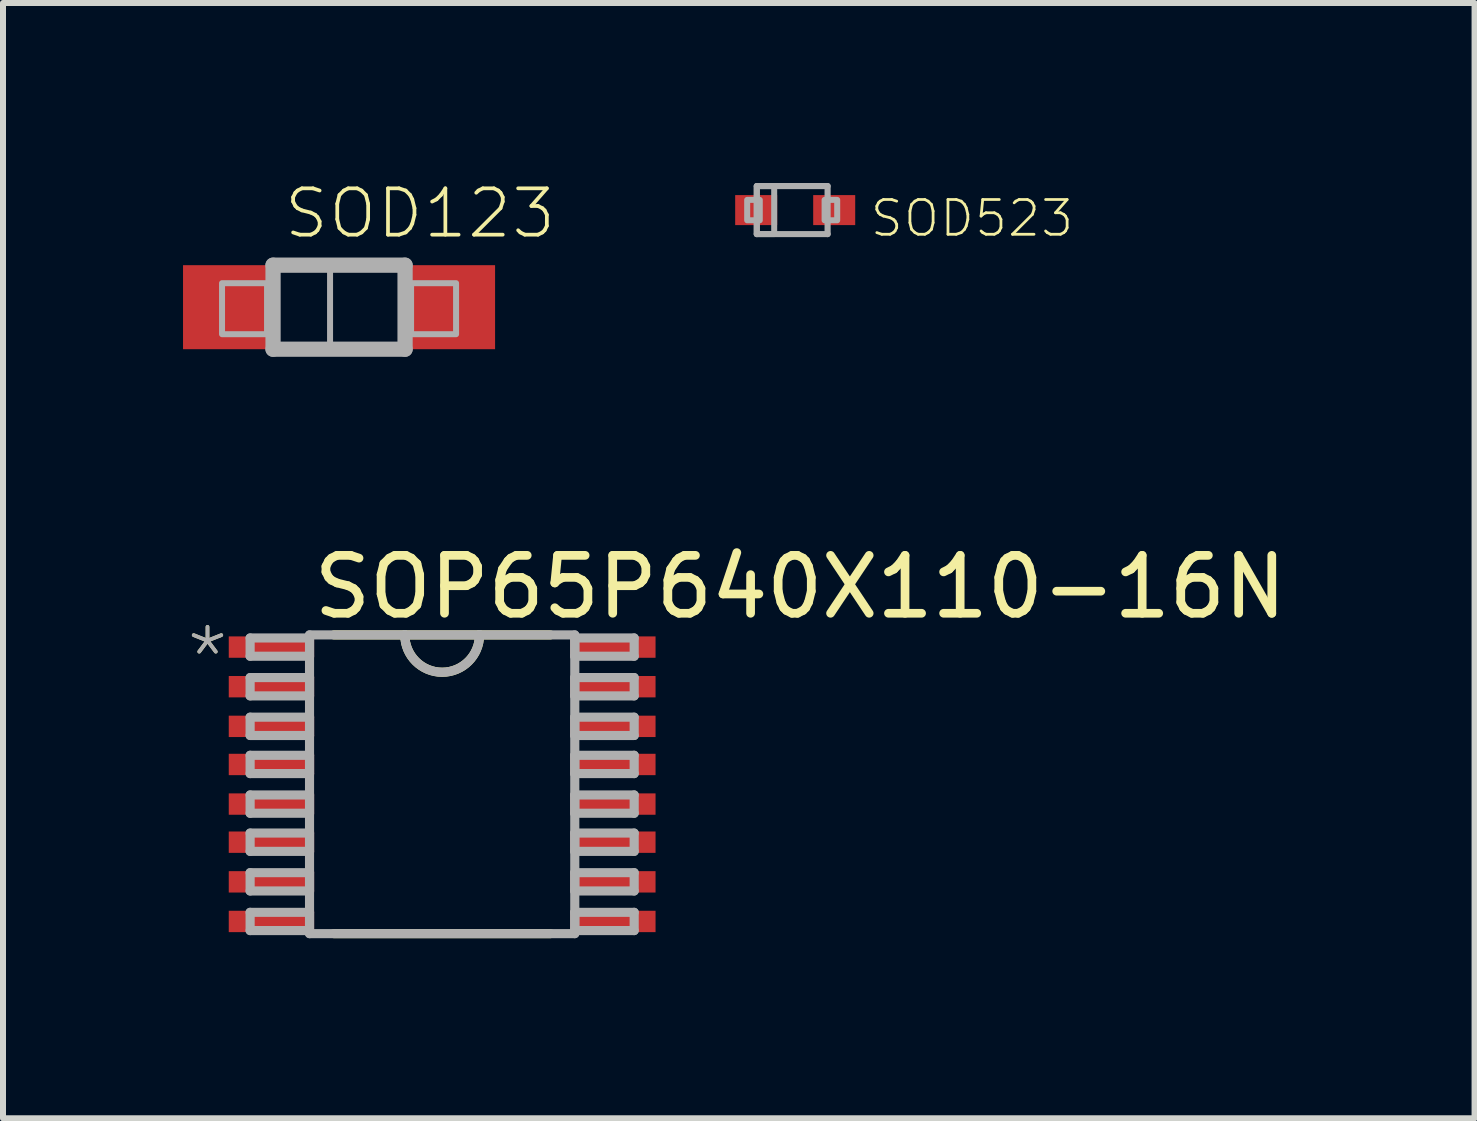
<source format=kicad_pcb>
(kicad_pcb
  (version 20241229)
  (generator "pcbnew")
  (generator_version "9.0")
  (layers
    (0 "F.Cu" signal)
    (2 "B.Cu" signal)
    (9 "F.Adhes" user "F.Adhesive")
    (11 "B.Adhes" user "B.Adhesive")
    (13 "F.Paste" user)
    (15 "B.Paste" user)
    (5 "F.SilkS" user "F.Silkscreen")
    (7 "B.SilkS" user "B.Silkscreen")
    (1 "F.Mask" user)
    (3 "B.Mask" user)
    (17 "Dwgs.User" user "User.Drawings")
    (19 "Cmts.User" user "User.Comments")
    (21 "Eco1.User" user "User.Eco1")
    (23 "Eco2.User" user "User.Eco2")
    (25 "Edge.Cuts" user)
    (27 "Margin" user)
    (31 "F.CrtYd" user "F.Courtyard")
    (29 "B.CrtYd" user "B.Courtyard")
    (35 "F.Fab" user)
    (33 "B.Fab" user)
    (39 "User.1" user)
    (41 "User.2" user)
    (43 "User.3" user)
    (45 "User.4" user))
  (footprint "SOD523"
    (layer "F.Cu")
    (at 10.151 0.451)
    (property "Reference" "SOD523" (at 1.27 0.476 180) (layer "F.SilkS") (effects (font (size 0.579 0.579) (thickness 0.046)) (justify left bottom)))
    (attr through_hole)
    (fp_line (start -0.59 -0.4) (end 0.59 -0.4) (stroke (width 0.102) (type solid)) (layer "F.Fab"))
    (fp_line (start -0.59 0.4) (end -0.59 -0.4) (stroke (width 0.102) (type solid)) (layer "F.Fab"))
    (fp_line (start 0.59 -0.4) (end 0.59 0.4) (stroke (width 0.102) (type solid)) (layer "F.Fab"))
    (fp_line (start 0.59 0.4) (end -0.59 0.4) (stroke (width 0.102) (type solid)) (layer "F.Fab"))
    (fp_poly (pts (xy -0.75 0.17) (xy -0.54 0.17) (xy -0.54 -0.17) (xy -0.75 -0.17)) (stroke (width 0.1) (type solid)) (fill no) (layer "F.Fab"))
    (fp_poly (pts (xy -0.59 0.4) (xy -0.3 0.4) (xy -0.3 -0.4) (xy -0.59 -0.4)) (stroke (width 0.1) (type solid)) (fill no) (layer "F.Fab"))
    (fp_poly (pts (xy 0.54 0.17) (xy 0.75 0.17) (xy 0.75 -0.17) (xy 0.54 -0.17)) (stroke (width 0.1) (type solid)) (fill no) (layer "F.Fab"))
    (pad "A" smd rect (at 0.7 0) (size 0.7 0.5) (layers "F.Cu" "F.Mask" "F.Paste"))
    (pad "C" smd rect (at -0.6 0) (size 0.7 0.5) (layers "F.Cu" "F.Mask" "F.Paste")))
  (footprint "SOD123"
    (layer "F.Cu")
    (at 2.6 2.069)
    (property "Reference" "SOD123" (at -0.953 -1.111 0) (layer "F.SilkS") (effects (font (size 0.772 0.772) (thickness 0.062)) (justify left bottom)))
    (attr through_hole)
    (fp_line (start -1.1 -0.7) (end 1.1 -0.7) (stroke (width 0.254) (type solid)) (layer "F.Fab"))
    (fp_line (start -1.1 0.7) (end -1.1 -0.7) (stroke (width 0.254) (type solid)) (layer "F.Fab"))
    (fp_line (start 1.1 -0.7) (end 1.1 0.7) (stroke (width 0.254) (type solid)) (layer "F.Fab"))
    (fp_line (start 1.1 0.7) (end -1.1 0.7) (stroke (width 0.254) (type solid)) (layer "F.Fab"))
    (fp_poly (pts (xy -1.95 0.45) (xy -1.2 0.45) (xy -1.2 -0.4) (xy -1.95 -0.4)) (stroke (width 0.1) (type solid)) (fill no) (layer "F.Fab"))
    (fp_poly (pts (xy -1.05 0.65) (xy -0.15 0.65) (xy -0.15 -0.7) (xy -1.05 -0.7)) (stroke (width 0.1) (type solid)) (fill no) (layer "F.Fab"))
    (fp_poly (pts (xy 1.2 0.45) (xy 1.95 0.45) (xy 1.95 -0.4) (xy 1.2 -0.4)) (stroke (width 0.1) (type solid)) (fill no) (layer "F.Fab"))
    (pad "A" smd rect (at 1.9 0) (size 1.4 1.4) (layers "F.Cu" "F.Mask" "F.Paste"))
    (pad "C" smd rect (at -1.9 0) (size 1.4 1.4) (layers "F.Cu" "F.Mask" "F.Paste")))
  (footprint "SOP65P640X110-16N"
    (layer "F.Cu")
    (at 4.318 10.019)
    (property "Reference" "SOP65P640X110-16N" (at -2.216 -2.724 0) (layer "F.SilkS") (effects (font (size 0.965 0.965) (thickness 0.145)) (justify left bottom)))
    (attr through_hole)
    (fp_line (start -1.803 2.489) (end 1.803 2.489) (stroke (width 0.152) (type solid)) (layer "F.SilkS"))
    (fp_line (start -0.622 -2.489) (end -1.803 -2.489) (stroke (width 0.152) (type solid)) (layer "F.SilkS"))
    (fp_line (start 0.622 -2.489) (end -0.622 -2.489) (stroke (width 0.152) (type solid)) (layer "F.SilkS"))
    (fp_line (start 1.803 -2.489) (end 0.622 -2.489) (stroke (width 0.152) (type solid)) (layer "F.SilkS"))
    (fp_arc (start 0.6223 -2.4892) (mid 0 -1.8669) (end -0.6223 -2.4892) (stroke (width 0.1524) (type solid)) (layer "F.SilkS"))
    (fp_line (start -3.2 -2.438) (end -3.2 -2.134) (stroke (width 0.152) (type solid)) (layer "F.Fab"))
    (fp_line (start -3.2 -2.134) (end -2.21 -2.134) (stroke (width 0.152) (type solid)) (layer "F.Fab"))
    (fp_line (start -3.2 -1.778) (end -3.2 -1.473) (stroke (width 0.152) (type solid)) (layer "F.Fab"))
    (fp_line (start -3.2 -1.473) (end -2.21 -1.473) (stroke (width 0.152) (type solid)) (layer "F.Fab"))
    (fp_line (start -3.2 -1.118) (end -3.2 -0.813) (stroke (width 0.152) (type solid)) (layer "F.Fab"))
    (fp_line (start -3.2 -0.813) (end -2.21 -0.813) (stroke (width 0.152) (type solid)) (layer "F.Fab"))
    (fp_line (start -3.2 -0.483) (end -3.2 -0.178) (stroke (width 0.152) (type solid)) (layer "F.Fab"))
    (fp_line (start -3.2 -0.178) (end -2.21 -0.178) (stroke (width 0.152) (type solid)) (layer "F.Fab"))
    (fp_line (start -3.2 0.178) (end -3.2 0.483) (stroke (width 0.152) (type solid)) (layer "F.Fab"))
    (fp_line (start -3.2 0.483) (end -2.21 0.483) (stroke (width 0.152) (type solid)) (layer "F.Fab"))
    (fp_line (start -3.2 0.813) (end -3.2 1.118) (stroke (width 0.152) (type solid)) (layer "F.Fab"))
    (fp_line (start -3.2 1.118) (end -2.21 1.118) (stroke (width 0.152) (type solid)) (layer "F.Fab"))
    (fp_line (start -3.2 1.473) (end -3.2 1.778) (stroke (width 0.152) (type solid)) (layer "F.Fab"))
    (fp_line (start -3.2 1.778) (end -2.21 1.778) (stroke (width 0.152) (type solid)) (layer "F.Fab"))
    (fp_line (start -3.2 2.134) (end -3.2 2.438) (stroke (width 0.152) (type solid)) (layer "F.Fab"))
    (fp_line (start -3.2 2.438) (end -2.21 2.438) (stroke (width 0.152) (type solid)) (layer "F.Fab"))
    (fp_line (start -2.21 -2.489) (end -2.21 2.489) (stroke (width 0.152) (type solid)) (layer "F.Fab"))
    (fp_line (start -2.21 -2.438) (end -3.2 -2.438) (stroke (width 0.152) (type solid)) (layer "F.Fab"))
    (fp_line (start -2.21 -2.134) (end -2.21 -2.438) (stroke (width 0.152) (type solid)) (layer "F.Fab"))
    (fp_line (start -2.21 -1.778) (end -3.2 -1.778) (stroke (width 0.152) (type solid)) (layer "F.Fab"))
    (fp_line (start -2.21 -1.473) (end -2.21 -1.778) (stroke (width 0.152) (type solid)) (layer "F.Fab"))
    (fp_line (start -2.21 -1.118) (end -3.2 -1.118) (stroke (width 0.152) (type solid)) (layer "F.Fab"))
    (fp_line (start -2.21 -0.813) (end -2.21 -1.118) (stroke (width 0.152) (type solid)) (layer "F.Fab"))
    (fp_line (start -2.21 -0.483) (end -3.2 -0.483) (stroke (width 0.152) (type solid)) (layer "F.Fab"))
    (fp_line (start -2.21 -0.178) (end -2.21 -0.483) (stroke (width 0.152) (type solid)) (layer "F.Fab"))
    (fp_line (start -2.21 0.178) (end -3.2 0.178) (stroke (width 0.152) (type solid)) (layer "F.Fab"))
    (fp_line (start -2.21 0.483) (end -2.21 0.178) (stroke (width 0.152) (type solid)) (layer "F.Fab"))
    (fp_line (start -2.21 0.813) (end -3.2 0.813) (stroke (width 0.152) (type solid)) (layer "F.Fab"))
    (fp_line (start -2.21 1.118) (end -2.21 0.813) (stroke (width 0.152) (type solid)) (layer "F.Fab"))
    (fp_line (start -2.21 1.473) (end -3.2 1.473) (stroke (width 0.152) (type solid)) (layer "F.Fab"))
    (fp_line (start -2.21 1.778) (end -2.21 1.473) (stroke (width 0.152) (type solid)) (layer "F.Fab"))
    (fp_line (start -2.21 2.134) (end -3.2 2.134) (stroke (width 0.152) (type solid)) (layer "F.Fab"))
    (fp_line (start -2.21 2.438) (end -2.21 2.134) (stroke (width 0.152) (type solid)) (layer "F.Fab"))
    (fp_line (start -2.21 2.489) (end 2.21 2.489) (stroke (width 0.152) (type solid)) (layer "F.Fab"))
    (fp_line (start -0.622 -2.489) (end -2.21 -2.489) (stroke (width 0.152) (type solid)) (layer "F.Fab"))
    (fp_line (start 0.622 -2.489) (end -0.622 -2.489) (stroke (width 0.152) (type solid)) (layer "F.Fab"))
    (fp_line (start 2.21 -2.489) (end 0.622 -2.489) (stroke (width 0.152) (type solid)) (layer "F.Fab"))
    (fp_line (start 2.21 -2.438) (end 2.21 -2.134) (stroke (width 0.152) (type solid)) (layer "F.Fab"))
    (fp_line (start 2.21 -2.134) (end 3.2 -2.134) (stroke (width 0.152) (type solid)) (layer "F.Fab"))
    (fp_line (start 2.21 -1.778) (end 2.21 -1.473) (stroke (width 0.152) (type solid)) (layer "F.Fab"))
    (fp_line (start 2.21 -1.473) (end 3.2 -1.473) (stroke (width 0.152) (type solid)) (layer "F.Fab"))
    (fp_line (start 2.21 -1.118) (end 2.21 -0.813) (stroke (width 0.152) (type solid)) (layer "F.Fab"))
    (fp_line (start 2.21 -0.813) (end 3.2 -0.813) (stroke (width 0.152) (type solid)) (layer "F.Fab"))
    (fp_line (start 2.21 -0.483) (end 2.21 -0.178) (stroke (width 0.152) (type solid)) (layer "F.Fab"))
    (fp_line (start 2.21 -0.178) (end 3.2 -0.178) (stroke (width 0.152) (type solid)) (layer "F.Fab"))
    (fp_line (start 2.21 0.178) (end 2.21 0.483) (stroke (width 0.152) (type solid)) (layer "F.Fab"))
    (fp_line (start 2.21 0.483) (end 3.2 0.483) (stroke (width 0.152) (type solid)) (layer "F.Fab"))
    (fp_line (start 2.21 0.813) (end 2.21 1.118) (stroke (width 0.152) (type solid)) (layer "F.Fab"))
    (fp_line (start 2.21 1.118) (end 3.2 1.118) (stroke (width 0.152) (type solid)) (layer "F.Fab"))
    (fp_line (start 2.21 1.473) (end 2.21 1.778) (stroke (width 0.152) (type solid)) (layer "F.Fab"))
    (fp_line (start 2.21 1.778) (end 3.2 1.778) (stroke (width 0.152) (type solid)) (layer "F.Fab"))
    (fp_line (start 2.21 2.134) (end 2.21 2.438) (stroke (width 0.152) (type solid)) (layer "F.Fab"))
    (fp_line (start 2.21 2.438) (end 3.2 2.438) (stroke (width 0.152) (type solid)) (layer "F.Fab"))
    (fp_line (start 2.21 2.489) (end 2.21 -2.489) (stroke (width 0.152) (type solid)) (layer "F.Fab"))
    (fp_line (start 3.2 -2.438) (end 2.21 -2.438) (stroke (width 0.152) (type solid)) (layer "F.Fab"))
    (fp_line (start 3.2 -2.134) (end 3.2 -2.438) (stroke (width 0.152) (type solid)) (layer "F.Fab"))
    (fp_line (start 3.2 -1.778) (end 2.21 -1.778) (stroke (width 0.152) (type solid)) (layer "F.Fab"))
    (fp_line (start 3.2 -1.473) (end 3.2 -1.778) (stroke (width 0.152) (type solid)) (layer "F.Fab"))
    (fp_line (start 3.2 -1.118) (end 2.21 -1.118) (stroke (width 0.152) (type solid)) (layer "F.Fab"))
    (fp_line (start 3.2 -0.813) (end 3.2 -1.118) (stroke (width 0.152) (type solid)) (layer "F.Fab"))
    (fp_line (start 3.2 -0.483) (end 2.21 -0.483) (stroke (width 0.152) (type solid)) (layer "F.Fab"))
    (fp_line (start 3.2 -0.178) (end 3.2 -0.483) (stroke (width 0.152) (type solid)) (layer "F.Fab"))
    (fp_line (start 3.2 0.178) (end 2.21 0.178) (stroke (width 0.152) (type solid)) (layer "F.Fab"))
    (fp_line (start 3.2 0.483) (end 3.2 0.178) (stroke (width 0.152) (type solid)) (layer "F.Fab"))
    (fp_line (start 3.2 0.813) (end 2.21 0.813) (stroke (width 0.152) (type solid)) (layer "F.Fab"))
    (fp_line (start 3.2 1.118) (end 3.2 0.813) (stroke (width 0.152) (type solid)) (layer "F.Fab"))
    (fp_line (start 3.2 1.473) (end 2.21 1.473) (stroke (width 0.152) (type solid)) (layer "F.Fab"))
    (fp_line (start 3.2 1.778) (end 3.2 1.473) (stroke (width 0.152) (type solid)) (layer "F.Fab"))
    (fp_line (start 3.2 2.134) (end 2.21 2.134) (stroke (width 0.152) (type solid)) (layer "F.Fab"))
    (fp_line (start 3.2 2.438) (end 3.2 2.134) (stroke (width 0.152) (type solid)) (layer "F.Fab"))
    (fp_arc (start 0.6223 -2.4892) (mid 0 -1.8669) (end -0.6223 -2.4892) (stroke (width 0.1524) (type solid)) (layer "F.Fab"))
    (fp_text user "*" (at -4.318 -1.537 0) (layer "F.SilkS") (effects (font (size 0.965 0.965) (thickness 0.061)) (justify left bottom)))
    (fp_text user "*" (at -4.318 -1.537 0) (layer "F.Fab") (effects (font (size 0.965 0.965) (thickness 0.061)) (justify left bottom)))
    (pad "1" smd rect (at -2.845 -2.286) (size 1.422 0.356) (layers "F.Cu" "F.Mask" "F.Paste"))
    (pad "2" smd rect (at -2.845 -1.626) (size 1.422 0.356) (layers "F.Cu" "F.Mask" "F.Paste"))
    (pad "3" smd rect (at -2.845 -0.965) (size 1.422 0.356) (layers "F.Cu" "F.Mask" "F.Paste"))
    (pad "4" smd rect (at -2.845 -0.33) (size 1.422 0.356) (layers "F.Cu" "F.Mask" "F.Paste"))
    (pad "5" smd rect (at -2.845 0.33) (size 1.422 0.356) (layers "F.Cu" "F.Mask" "F.Paste"))
    (pad "6" smd rect (at -2.845 0.965) (size 1.422 0.356) (layers "F.Cu" "F.Mask" "F.Paste"))
    (pad "7" smd rect (at -2.845 1.626) (size 1.422 0.356) (layers "F.Cu" "F.Mask" "F.Paste"))
    (pad "8" smd rect (at -2.845 2.286) (size 1.422 0.356) (layers "F.Cu" "F.Mask" "F.Paste"))
    (pad "9" smd rect (at 2.845 2.286) (size 1.422 0.356) (layers "F.Cu" "F.Mask" "F.Paste"))
    (pad "10" smd rect (at 2.845 1.626) (size 1.422 0.356) (layers "F.Cu" "F.Mask" "F.Paste"))
    (pad "11" smd rect (at 2.845 0.965) (size 1.422 0.356) (layers "F.Cu" "F.Mask" "F.Paste"))
    (pad "12" smd rect (at 2.845 0.33) (size 1.422 0.356) (layers "F.Cu" "F.Mask" "F.Paste"))
    (pad "13" smd rect (at 2.845 -0.33) (size 1.422 0.356) (layers "F.Cu" "F.Mask" "F.Paste"))
    (pad "14" smd rect (at 2.845 -0.965) (size 1.422 0.356) (layers "F.Cu" "F.Mask" "F.Paste"))
    (pad "15" smd rect (at 2.845 -1.626) (size 1.422 0.356) (layers "F.Cu" "F.Mask" "F.Paste"))
    (pad "16" smd rect (at 2.845 -2.286) (size 1.422 0.356) (layers "F.Cu" "F.Mask" "F.Paste")))
  (gr_rect
    (start -3 -3)
    (end 21.522 15.585)
    (stroke (width 0.1) (type default))
    (fill no)
    (layer "Edge.Cuts")))
</source>
